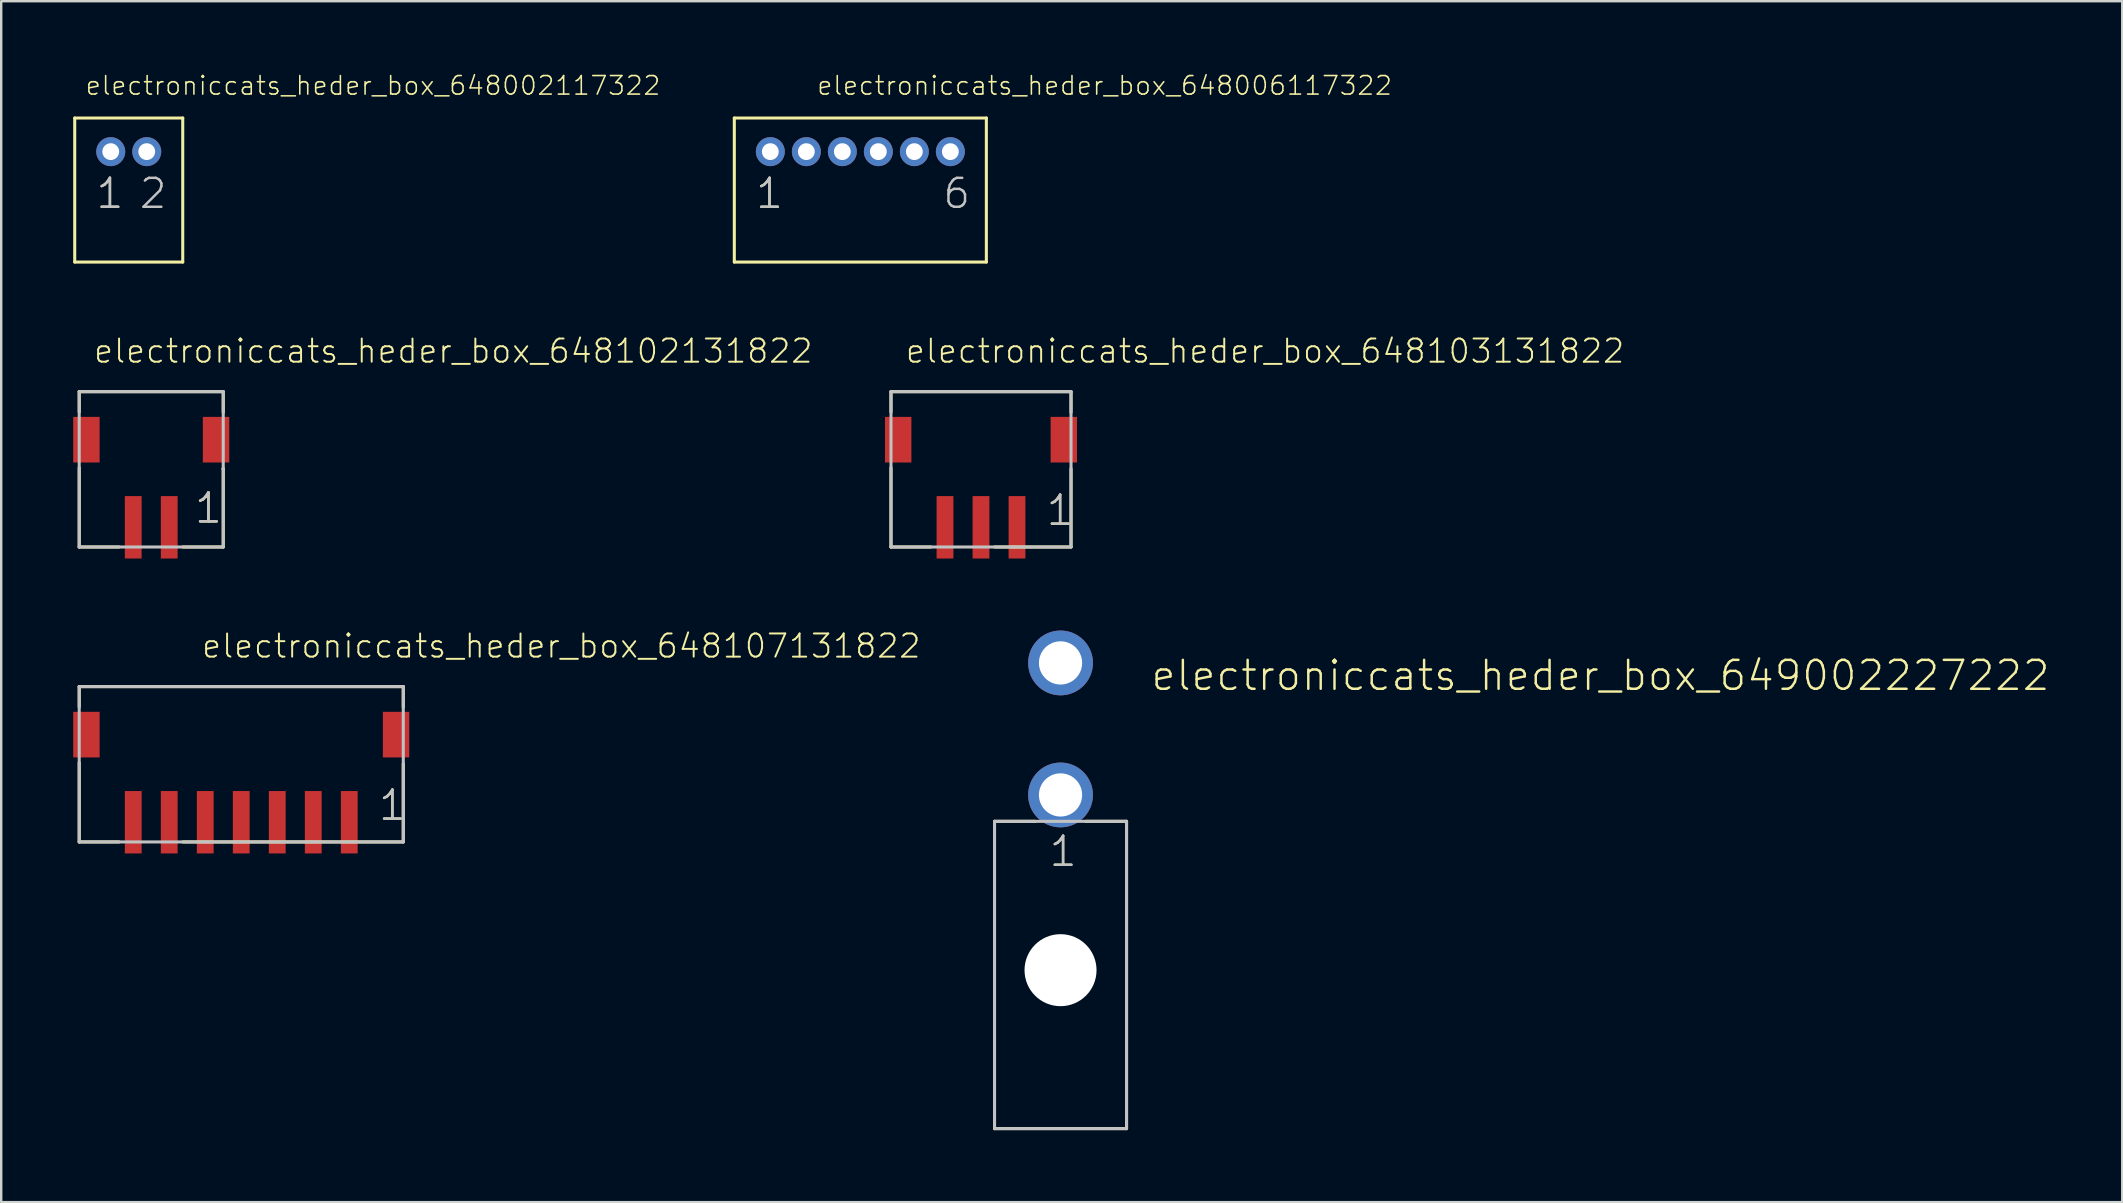
<source format=kicad_pcb>
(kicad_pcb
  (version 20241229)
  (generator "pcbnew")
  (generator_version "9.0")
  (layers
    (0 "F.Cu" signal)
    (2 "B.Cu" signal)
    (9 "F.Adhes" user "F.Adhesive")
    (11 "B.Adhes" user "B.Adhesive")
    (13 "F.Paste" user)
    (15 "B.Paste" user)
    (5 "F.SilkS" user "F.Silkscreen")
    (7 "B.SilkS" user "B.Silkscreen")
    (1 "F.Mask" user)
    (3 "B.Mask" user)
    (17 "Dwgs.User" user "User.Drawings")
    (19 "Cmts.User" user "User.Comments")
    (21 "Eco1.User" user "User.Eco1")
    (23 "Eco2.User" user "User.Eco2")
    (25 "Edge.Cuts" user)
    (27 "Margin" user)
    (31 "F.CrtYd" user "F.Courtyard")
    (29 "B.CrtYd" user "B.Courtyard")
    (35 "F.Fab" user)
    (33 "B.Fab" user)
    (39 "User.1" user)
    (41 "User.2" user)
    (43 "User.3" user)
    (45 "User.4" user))
  (footprint "electroniccats_heder_box_649002227222"
    (layer "F.Cu")
    (at 41.131 37.367)
    (property "Reference" "electroniccats_heder_box_649002227222" (at 3.708 -11.57 0) (layer "F.SilkS") (effects (font (size 1.206 1.206) (thickness 0.102)) (justify left bottom)))
    (attr through_hole)
    (fp_line (start -2.75 -6.2) (end -1.05 -6.2) (stroke (width 0.127) (type solid)) (layer "F.SilkS"))
    (fp_line (start -2.75 6.6) (end -2.75 -6.2) (stroke (width 0.127) (type solid)) (layer "F.SilkS"))
    (fp_line (start 1.05 -6.2) (end 2.75 -6.2) (stroke (width 0.127) (type solid)) (layer "F.SilkS"))
    (fp_line (start 2.75 -6.2) (end 2.75 6.6) (stroke (width 0.127) (type solid)) (layer "F.SilkS"))
    (fp_line (start 2.75 6.6) (end -2.75 6.6) (stroke (width 0.127) (type solid)) (layer "F.SilkS"))
    (fp_line (start -2.75 -6.2) (end 2.75 -6.2) (stroke (width 0.127) (type solid)) (layer "Dwgs.User"))
    (fp_line (start -2.75 6.6) (end -2.75 -6.2) (stroke (width 0.127) (type solid)) (layer "Dwgs.User"))
    (fp_line (start 2.75 -6.2) (end 2.75 6.6) (stroke (width 0.127) (type solid)) (layer "Dwgs.User"))
    (fp_line (start 2.75 6.6) (end -2.75 6.6) (stroke (width 0.127) (type solid)) (layer "Dwgs.User"))
    (fp_text user "1" (at -0.535 -4.24 0) (layer "F.SilkS") (effects (font (size 1.206 1.206) (thickness 0.102)) (justify left bottom)))
    (fp_text user "1" (at -0.535 -4.24 0) (layer "Dwgs.User") (effects (font (size 1.206 1.206) (thickness 0.102)) (justify left bottom)))
    (pad "" np_thru_hole circle (at 0 0) (size 3 3) (drill 3) (layers "*.Cu"))
    (pad "1" thru_hole circle (at 0 -7.3) (size 2.7 2.7) (drill 1.8) (layers "*.Cu" "*.Mask"))
    (pad "2" thru_hole circle (at 0 -12.8) (size 2.7 2.7) (drill 1.8) (layers "*.Cu" "*.Mask")))
  (footprint "electroniccats_heder_box_648006117322"
    (layer "F.Cu")
    (at 32.791 3.267)
    (property "Reference" "electroniccats_heder_box_648006117322" (at -1.85 -2.3 0) (layer "F.SilkS") (effects (font (size 0.772 0.772) (thickness 0.065)) (justify left bottom)))
    (attr through_hole)
    (fp_line (start -5.25 -1.4) (end 5.25 -1.4) (stroke (width 0.127) (type solid)) (layer "F.SilkS"))
    (fp_line (start -5.25 4.6) (end -5.25 -1.4) (stroke (width 0.127) (type solid)) (layer "F.SilkS"))
    (fp_line (start 5.25 -1.4) (end 5.25 4.6) (stroke (width 0.127) (type solid)) (layer "F.SilkS"))
    (fp_line (start 5.25 4.6) (end -5.25 4.6) (stroke (width 0.127) (type solid)) (layer "F.SilkS"))
    (fp_text user "1" (at -4.425 2.45 0) (layer "F.SilkS") (effects (font (size 1.206 1.206) (thickness 0.102)) (justify left bottom)))
    (fp_text user "1" (at -4.425 2.45 0) (layer "Dwgs.User") (effects (font (size 1.206 1.206) (thickness 0.102)) (justify left bottom)))
    (fp_text user "6" (at 3.375 2.45 0) (layer "Dwgs.User") (effects (font (size 1.206 1.206) (thickness 0.102)) (justify left bottom)))
    (pad "1" thru_hole circle (at -3.75 0) (size 1.208 1.208) (drill 0.7) (layers "*.Cu" "*.Mask"))
    (pad "2" thru_hole circle (at -2.25 0) (size 1.208 1.208) (drill 0.7) (layers "*.Cu" "*.Mask"))
    (pad "3" thru_hole circle (at -0.75 0) (size 1.208 1.208) (drill 0.7) (layers "*.Cu" "*.Mask"))
    (pad "4" thru_hole circle (at 0.75 0) (size 1.208 1.208) (drill 0.7) (layers "*.Cu" "*.Mask"))
    (pad "5" thru_hole circle (at 2.25 0) (size 1.208 1.208) (drill 0.7) (layers "*.Cu" "*.Mask"))
    (pad "6" thru_hole circle (at 3.75 0) (size 1.208 1.208) (drill 0.7) (layers "*.Cu" "*.Mask")))
  (footprint "electroniccats_heder_box_648002117322"
    (layer "F.Cu")
    (at 2.313 3.267)
    (property "Reference" "electroniccats_heder_box_648002117322" (at -1.85 -2.3 0) (layer "F.SilkS") (effects (font (size 0.772 0.772) (thickness 0.065)) (justify left bottom)))
    (attr through_hole)
    (fp_line (start -2.25 -1.4) (end 2.25 -1.4) (stroke (width 0.127) (type solid)) (layer "F.SilkS"))
    (fp_line (start -2.25 4.6) (end -2.25 -1.4) (stroke (width 0.127) (type solid)) (layer "F.SilkS"))
    (fp_line (start 2.25 -1.4) (end 2.25 4.6) (stroke (width 0.127) (type solid)) (layer "F.SilkS"))
    (fp_line (start 2.25 4.6) (end -2.25 4.6) (stroke (width 0.127) (type solid)) (layer "F.SilkS"))
    (fp_text user "1" (at -1.425 2.45 0) (layer "F.SilkS") (effects (font (size 1.206 1.206) (thickness 0.102)) (justify left bottom)))
    (fp_text user "2" (at 0.375 2.45 0) (layer "Dwgs.User") (effects (font (size 1.206 1.206) (thickness 0.102)) (justify left bottom)))
    (fp_text user "1" (at -1.425 2.45 0) (layer "Dwgs.User") (effects (font (size 1.206 1.206) (thickness 0.102)) (justify left bottom)))
    (pad "1" thru_hole circle (at -0.75 0) (size 1.208 1.208) (drill 0.7) (layers "*.Cu" "*.Mask"))
    (pad "2" thru_hole circle (at 0.75 0) (size 1.208 1.208) (drill 0.7) (layers "*.Cu" "*.Mask")))
  (footprint "electroniccats_heder_box_648107131822"
    (layer "F.Cu")
    (at 7 31.204)
    (property "Reference" "electroniccats_heder_box_648107131822" (at -1.7 -6.777 0) (layer "F.SilkS") (effects (font (size 0.965 0.965) (thickness 0.081)) (justify left bottom)))
    (attr through_hole)
    (fp_line (start -6.75 -5.65) (end 6.75 -5.65) (stroke (width 0.127) (type solid)) (layer "F.SilkS"))
    (fp_line (start -6.75 -4.8) (end -6.75 -5.65) (stroke (width 0.127) (type solid)) (layer "F.SilkS"))
    (fp_line (start -6.75 -2.48) (end -6.75 0.82) (stroke (width 0.127) (type solid)) (layer "F.SilkS"))
    (fp_line (start -6.75 0.82) (end -5.09 0.82) (stroke (width 0.127) (type solid)) (layer "F.SilkS"))
    (fp_line (start 6.75 -5.65) (end 6.75 -4.79) (stroke (width 0.127) (type solid)) (layer "F.SilkS"))
    (fp_line (start 6.75 -2.44) (end 6.75 0.82) (stroke (width 0.127) (type solid)) (layer "F.SilkS"))
    (fp_line (start 6.75 0.82) (end -2.43 0.82) (stroke (width 0.127) (type solid)) (layer "F.SilkS"))
    (fp_line (start -6.75 -5.65) (end -6.75 0.82) (stroke (width 0.127) (type solid)) (layer "Dwgs.User"))
    (fp_line (start -6.75 0.82) (end 6.75 0.82) (stroke (width 0.127) (type solid)) (layer "Dwgs.User"))
    (fp_line (start 6.75 -5.65) (end -6.75 -5.65) (stroke (width 0.127) (type solid)) (layer "Dwgs.User"))
    (fp_line (start 6.75 0.82) (end 6.75 -5.65) (stroke (width 0.127) (type solid)) (layer "Dwgs.User"))
    (fp_text user "1" (at 5.655 0 0) (layer "F.SilkS") (effects (font (size 1.206 1.206) (thickness 0.102)) (justify left bottom)))
    (fp_text user "1" (at 5.655 0 0) (layer "Dwgs.User") (effects (font (size 1.206 1.206) (thickness 0.102)) (justify left bottom)))
    (pad "1" smd rect (at 4.5 0 180) (size 0.7 2.6) (layers "F.Cu" "F.Mask" "F.Paste"))
    (pad "2" smd rect (at 3 0 180) (size 0.7 2.6) (layers "F.Cu" "F.Mask" "F.Paste"))
    (pad "3" smd rect (at 1.5 0 180) (size 0.7 2.6) (layers "F.Cu" "F.Mask" "F.Paste"))
    (pad "4" smd rect (at 0 0 180) (size 0.7 2.6) (layers "F.Cu" "F.Mask" "F.Paste"))
    (pad "5" smd rect (at -1.5 0 180) (size 0.7 2.6) (layers "F.Cu" "F.Mask" "F.Paste"))
    (pad "6" smd rect (at -3 0 180) (size 0.7 2.6) (layers "F.Cu" "F.Mask" "F.Paste"))
    (pad "7" smd rect (at -4.5 0 180) (size 0.7 2.6) (layers "F.Cu" "F.Mask" "F.Paste"))
    (pad "Z1" smd rect (at -6.45 -3.65 180) (size 1.1 1.9) (layers "F.Cu" "F.Mask" "F.Paste"))
    (pad "Z2" smd rect (at 6.45 -3.65 180) (size 1.1 1.9) (layers "F.Cu" "F.Mask" "F.Paste")))
  (footprint "electroniccats_heder_box_648102131822"
    (layer "F.Cu")
    (at 3.25 18.917)
    (property "Reference" "electroniccats_heder_box_648102131822" (at -2.45 -6.777 0) (layer "F.SilkS") (effects (font (size 0.965 0.965) (thickness 0.081)) (justify left bottom)))
    (attr through_hole)
    (fp_line (start -3 -5.65) (end 3 -5.65) (stroke (width 0.127) (type solid)) (layer "F.SilkS"))
    (fp_line (start -3 -4.8) (end -3 -5.65) (stroke (width 0.127) (type solid)) (layer "F.SilkS"))
    (fp_line (start -3 -2.48) (end -3 0.82) (stroke (width 0.127) (type solid)) (layer "F.SilkS"))
    (fp_line (start -3 0.82) (end -1.34 0.82) (stroke (width 0.127) (type solid)) (layer "F.SilkS"))
    (fp_line (start 2.99 -2.44) (end 3 -2.44) (stroke (width 0.127) (type solid)) (layer "F.SilkS"))
    (fp_line (start 3 -5.65) (end 3 -4.79) (stroke (width 0.127) (type solid)) (layer "F.SilkS"))
    (fp_line (start 3 -2.44) (end 3 0.82) (stroke (width 0.127) (type solid)) (layer "F.SilkS"))
    (fp_line (start 3 0.82) (end 1.32 0.82) (stroke (width 0.127) (type solid)) (layer "F.SilkS"))
    (fp_line (start -3 -5.65) (end -3 0.82) (stroke (width 0.127) (type solid)) (layer "Dwgs.User"))
    (fp_line (start -3 0.82) (end 3 0.82) (stroke (width 0.127) (type solid)) (layer "Dwgs.User"))
    (fp_line (start 3 -5.65) (end -3 -5.65) (stroke (width 0.127) (type solid)) (layer "Dwgs.User"))
    (fp_line (start 3 0.82) (end 3 -5.65) (stroke (width 0.127) (type solid)) (layer "Dwgs.User"))
    (fp_text user "1" (at 1.745 -0.09 0) (layer "F.SilkS") (effects (font (size 1.206 1.206) (thickness 0.102)) (justify left bottom)))
    (fp_text user "1" (at 1.735 -0.1 0) (layer "Dwgs.User") (effects (font (size 1.206 1.206) (thickness 0.102)) (justify left bottom)))
    (pad "1" smd rect (at 0.75 0 180) (size 0.7 2.6) (layers "F.Cu" "F.Mask" "F.Paste"))
    (pad "2" smd rect (at -0.75 0 180) (size 0.7 2.6) (layers "F.Cu" "F.Mask" "F.Paste"))
    (pad "Z1" smd rect (at -2.7 -3.65 180) (size 1.1 1.9) (layers "F.Cu" "F.Mask" "F.Paste"))
    (pad "Z2" smd rect (at 2.7 -3.65 180) (size 1.1 1.9) (layers "F.Cu" "F.Mask" "F.Paste")))
  (footprint "electroniccats_heder_box_648103131822"
    (layer "F.Cu")
    (at 37.818 18.917)
    (property "Reference" "electroniccats_heder_box_648103131822" (at -3.2 -6.777 0) (layer "F.SilkS") (effects (font (size 0.965 0.965) (thickness 0.081)) (justify left bottom)))
    (attr through_hole)
    (fp_line (start -3.75 -5.65) (end 3.75 -5.65) (stroke (width 0.127) (type solid)) (layer "F.SilkS"))
    (fp_line (start -3.75 -4.8) (end -3.75 -5.65) (stroke (width 0.127) (type solid)) (layer "F.SilkS"))
    (fp_line (start -3.75 -2.48) (end -3.75 0.82) (stroke (width 0.127) (type solid)) (layer "F.SilkS"))
    (fp_line (start -3.75 0.82) (end -2.09 0.82) (stroke (width 0.127) (type solid)) (layer "F.SilkS"))
    (fp_line (start 3.75 -5.65) (end 3.75 -4.79) (stroke (width 0.127) (type solid)) (layer "F.SilkS"))
    (fp_line (start 3.75 -2.44) (end 3.75 0.82) (stroke (width 0.127) (type solid)) (layer "F.SilkS"))
    (fp_line (start 3.75 0.82) (end 0.57 0.82) (stroke (width 0.127) (type solid)) (layer "F.SilkS"))
    (fp_line (start -3.75 -5.65) (end -3.75 0.82) (stroke (width 0.127) (type solid)) (layer "Dwgs.User"))
    (fp_line (start -3.75 0.82) (end 3.75 0.82) (stroke (width 0.127) (type solid)) (layer "Dwgs.User"))
    (fp_line (start 3.75 -5.65) (end -3.75 -5.65) (stroke (width 0.127) (type solid)) (layer "Dwgs.User"))
    (fp_line (start 3.75 0.82) (end 3.75 -5.65) (stroke (width 0.127) (type solid)) (layer "Dwgs.User"))
    (fp_text user "1" (at 2.655 0 0) (layer "F.SilkS") (effects (font (size 1.206 1.206) (thickness 0.102)) (justify left bottom)))
    (fp_text user "1" (at 2.655 0 0) (layer "Dwgs.User") (effects (font (size 1.206 1.206) (thickness 0.102)) (justify left bottom)))
    (pad "1" smd rect (at 1.5 0 180) (size 0.7 2.6) (layers "F.Cu" "F.Mask" "F.Paste"))
    (pad "2" smd rect (at 0 0 180) (size 0.7 2.6) (layers "F.Cu" "F.Mask" "F.Paste"))
    (pad "3" smd rect (at -1.5 0 180) (size 0.7 2.6) (layers "F.Cu" "F.Mask" "F.Paste"))
    (pad "Z1" smd rect (at -3.45 -3.65 180) (size 1.1 1.9) (layers "F.Cu" "F.Mask" "F.Paste"))
    (pad "Z2" smd rect (at 3.45 -3.65 180) (size 1.1 1.9) (layers "F.Cu" "F.Mask" "F.Paste")))
  (gr_rect
    (start -3 -3)
    (end 85.361 47.031)
    (stroke (width 0.1) (type default))
    (fill no)
    (layer "Edge.Cuts")))
</source>
